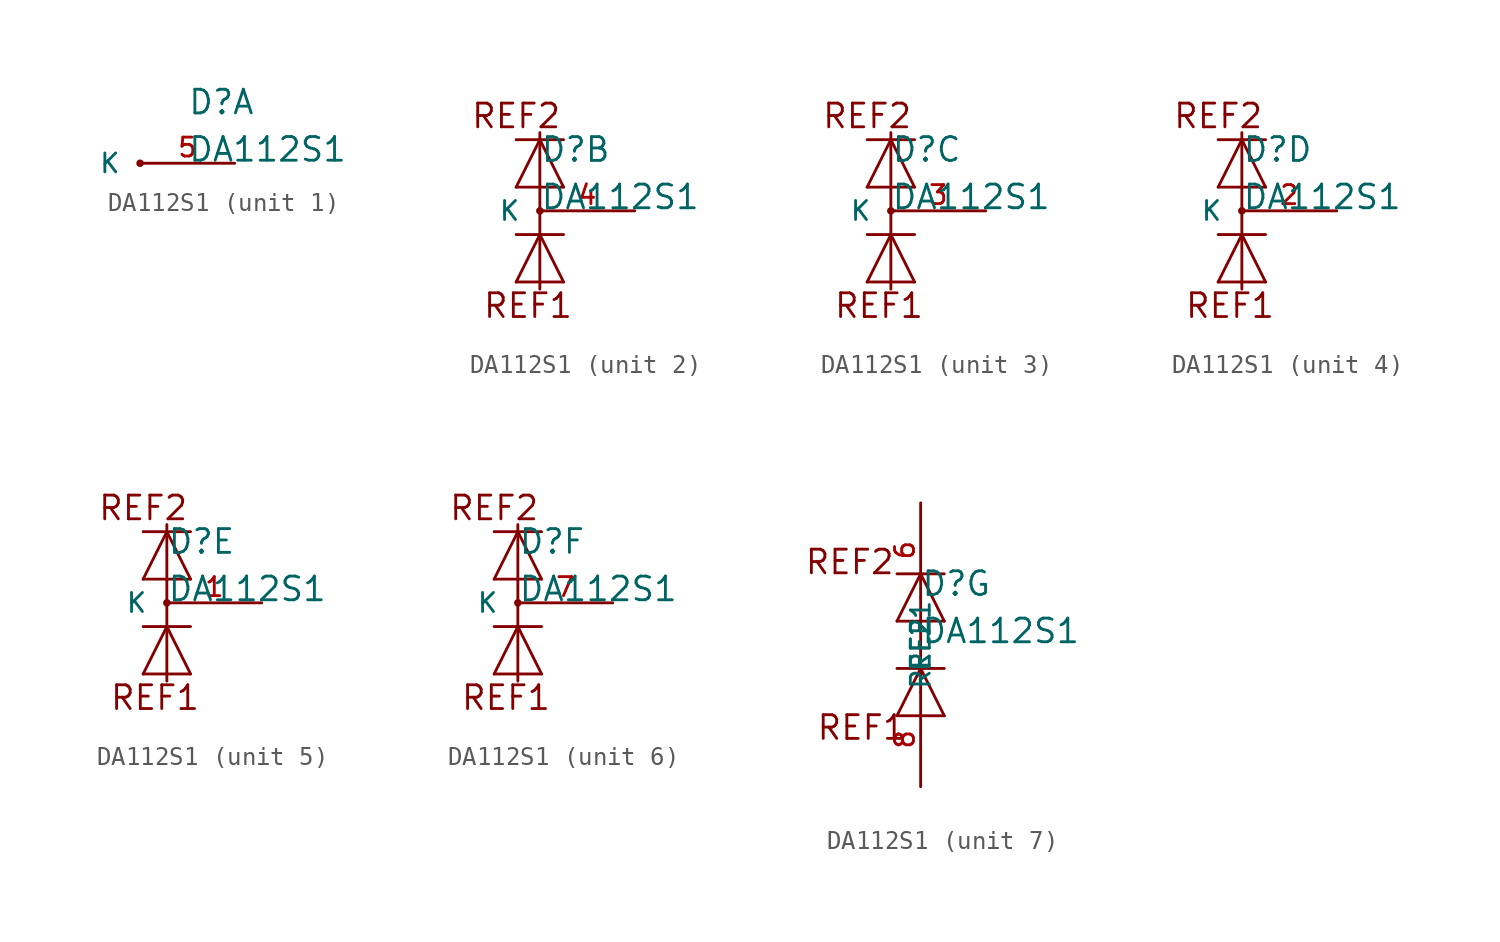
<source format=kicad_sym>
(kicad_symbol_lib
  (version 20211014)
  (generator kicad_symbol_editor)
  (symbol "DA112S1"
    (pin_names
      (offset 1.016))
    (property "Reference" "D"
      (at 0 2.54 0)
      (effects (font (size 1.27 1.27)) (justify left bottom)))
    (property "Value" "DA112S1"
      (at 0 0 0)
      (effects (font (size 1.27 1.27)) (justify left bottom)))
    (property "ki_locked" ""
      (at 0 0 0)
      (effects (font (size 1.27 1.27))))
    (symbol "DA112S1_1_1"
      (circle (center -2.54 0) (radius 0.127) (stroke (width 0) (type default) (color 0 0 0 0)) (fill (type outline)))
      (pin passive line (at 2.54 0 180) (length 5.08) (name "K" (effects (font (size 1.016 1.016)))) (number "5" (effects (font (size 1.016 1.016))))))
    (symbol "DA112S1_2_0"
      (polyline (pts (xy -1.27 -3.81) (xy 1.27 -3.81)) (stroke (width 0) (type default) (color 0 0 0 0)) (fill (type none)))
      (polyline (pts (xy -1.27 -1.27) (xy 0 -1.27)) (stroke (width 0) (type default) (color 0 0 0 0)) (fill (type none)))
      (polyline (pts (xy -1.27 1.27) (xy 1.27 1.27)) (stroke (width 0) (type default) (color 0 0 0 0)) (fill (type none)))
      (polyline (pts (xy -1.27 3.81) (xy 0 3.81)) (stroke (width 0) (type default) (color 0 0 0 0)) (fill (type none)))
      (polyline (pts (xy 0 -4.191) (xy 0 -1.27)) (stroke (width 0) (type default) (color 0 0 0 0)) (fill (type none)))
      (polyline (pts (xy 0 -1.27) (xy -1.27 -3.81)) (stroke (width 0) (type default) (color 0 0 0 0)) (fill (type none)))
      (polyline (pts (xy 0 -1.27) (xy 1.27 -1.27)) (stroke (width 0) (type default) (color 0 0 0 0)) (fill (type none)))
      (polyline (pts (xy 0 3.81) (xy -1.27 1.27)) (stroke (width 0) (type default) (color 0 0 0 0)) (fill (type none)))
      (polyline (pts (xy 0 3.81) (xy 0 -1.27)) (stroke (width 0) (type default) (color 0 0 0 0)) (fill (type none)))
      (polyline (pts (xy 0 3.81) (xy 0 4.191)) (stroke (width 0) (type default) (color 0 0 0 0)) (fill (type none)))
      (polyline (pts (xy 0 3.81) (xy 1.27 3.81)) (stroke (width 0) (type default) (color 0 0 0 0)) (fill (type none)))
      (polyline (pts (xy 1.27 -3.81) (xy 0 -1.27)) (stroke (width 0) (type default) (color 0 0 0 0)) (fill (type none)))
      (polyline (pts (xy 1.27 1.27) (xy 0 3.81)) (stroke (width 0) (type default) (color 0 0 0 0)) (fill (type none)))
      (text "REF1" (at -0.635 -5.08 0) (effects (font (size 1.27 1.27))))
      (text "REF2" (at -1.27 5.08 0) (effects (font (size 1.27 1.27)))))
    (symbol "DA112S1_2_1"
      (circle (center 0 0) (radius 0.127) (stroke (width 0) (type default) (color 0 0 0 0)) (fill (type outline)))
      (pin passive line (at 5.08 0 180) (length 5.08) (name "K" (effects (font (size 1.016 1.016)))) (number "4" (effects (font (size 1.016 1.016))))))
    (symbol "DA112S1_3_0"
      (polyline (pts (xy -1.27 -3.81) (xy 1.27 -3.81)) (stroke (width 0) (type default) (color 0 0 0 0)) (fill (type none)))
      (polyline (pts (xy -1.27 -1.27) (xy 0 -1.27)) (stroke (width 0) (type default) (color 0 0 0 0)) (fill (type none)))
      (polyline (pts (xy -1.27 1.27) (xy 1.27 1.27)) (stroke (width 0) (type default) (color 0 0 0 0)) (fill (type none)))
      (polyline (pts (xy -1.27 3.81) (xy 0 3.81)) (stroke (width 0) (type default) (color 0 0 0 0)) (fill (type none)))
      (polyline (pts (xy 0 -4.191) (xy 0 -1.27)) (stroke (width 0) (type default) (color 0 0 0 0)) (fill (type none)))
      (polyline (pts (xy 0 -1.27) (xy -1.27 -3.81)) (stroke (width 0) (type default) (color 0 0 0 0)) (fill (type none)))
      (polyline (pts (xy 0 -1.27) (xy 1.27 -1.27)) (stroke (width 0) (type default) (color 0 0 0 0)) (fill (type none)))
      (polyline (pts (xy 0 3.81) (xy -1.27 1.27)) (stroke (width 0) (type default) (color 0 0 0 0)) (fill (type none)))
      (polyline (pts (xy 0 3.81) (xy 0 -1.27)) (stroke (width 0) (type default) (color 0 0 0 0)) (fill (type none)))
      (polyline (pts (xy 0 3.81) (xy 0 4.191)) (stroke (width 0) (type default) (color 0 0 0 0)) (fill (type none)))
      (polyline (pts (xy 0 3.81) (xy 1.27 3.81)) (stroke (width 0) (type default) (color 0 0 0 0)) (fill (type none)))
      (polyline (pts (xy 1.27 -3.81) (xy 0 -1.27)) (stroke (width 0) (type default) (color 0 0 0 0)) (fill (type none)))
      (polyline (pts (xy 1.27 1.27) (xy 0 3.81)) (stroke (width 0) (type default) (color 0 0 0 0)) (fill (type none)))
      (text "REF1" (at -0.635 -5.08 0) (effects (font (size 1.27 1.27))))
      (text "REF2" (at -1.27 5.08 0) (effects (font (size 1.27 1.27)))))
    (symbol "DA112S1_3_1"
      (circle (center 0 0) (radius 0.127) (stroke (width 0) (type default) (color 0 0 0 0)) (fill (type outline)))
      (pin passive line (at 5.08 0 180) (length 5.08) (name "K" (effects (font (size 1.016 1.016)))) (number "3" (effects (font (size 1.016 1.016))))))
    (symbol "DA112S1_4_0"
      (polyline (pts (xy -1.27 -3.81) (xy 1.27 -3.81)) (stroke (width 0) (type default) (color 0 0 0 0)) (fill (type none)))
      (polyline (pts (xy -1.27 -1.27) (xy 0 -1.27)) (stroke (width 0) (type default) (color 0 0 0 0)) (fill (type none)))
      (polyline (pts (xy -1.27 1.27) (xy 1.27 1.27)) (stroke (width 0) (type default) (color 0 0 0 0)) (fill (type none)))
      (polyline (pts (xy -1.27 3.81) (xy 0 3.81)) (stroke (width 0) (type default) (color 0 0 0 0)) (fill (type none)))
      (polyline (pts (xy 0 -4.191) (xy 0 -1.27)) (stroke (width 0) (type default) (color 0 0 0 0)) (fill (type none)))
      (polyline (pts (xy 0 -1.27) (xy -1.27 -3.81)) (stroke (width 0) (type default) (color 0 0 0 0)) (fill (type none)))
      (polyline (pts (xy 0 -1.27) (xy 1.27 -1.27)) (stroke (width 0) (type default) (color 0 0 0 0)) (fill (type none)))
      (polyline (pts (xy 0 3.81) (xy -1.27 1.27)) (stroke (width 0) (type default) (color 0 0 0 0)) (fill (type none)))
      (polyline (pts (xy 0 3.81) (xy 0 -1.27)) (stroke (width 0) (type default) (color 0 0 0 0)) (fill (type none)))
      (polyline (pts (xy 0 3.81) (xy 0 4.191)) (stroke (width 0) (type default) (color 0 0 0 0)) (fill (type none)))
      (polyline (pts (xy 0 3.81) (xy 1.27 3.81)) (stroke (width 0) (type default) (color 0 0 0 0)) (fill (type none)))
      (polyline (pts (xy 1.27 -3.81) (xy 0 -1.27)) (stroke (width 0) (type default) (color 0 0 0 0)) (fill (type none)))
      (polyline (pts (xy 1.27 1.27) (xy 0 3.81)) (stroke (width 0) (type default) (color 0 0 0 0)) (fill (type none)))
      (text "REF1" (at -0.635 -5.08 0) (effects (font (size 1.27 1.27))))
      (text "REF2" (at -1.27 5.08 0) (effects (font (size 1.27 1.27)))))
    (symbol "DA112S1_4_1"
      (circle (center 0 0) (radius 0.127) (stroke (width 0) (type default) (color 0 0 0 0)) (fill (type outline)))
      (pin passive line (at 5.08 0 180) (length 5.08) (name "K" (effects (font (size 1.016 1.016)))) (number "2" (effects (font (size 1.016 1.016))))))
    (symbol "DA112S1_5_0"
      (polyline (pts (xy -1.27 -3.81) (xy 1.27 -3.81)) (stroke (width 0) (type default) (color 0 0 0 0)) (fill (type none)))
      (polyline (pts (xy -1.27 -1.27) (xy 0 -1.27)) (stroke (width 0) (type default) (color 0 0 0 0)) (fill (type none)))
      (polyline (pts (xy -1.27 1.27) (xy 1.27 1.27)) (stroke (width 0) (type default) (color 0 0 0 0)) (fill (type none)))
      (polyline (pts (xy -1.27 3.81) (xy 0 3.81)) (stroke (width 0) (type default) (color 0 0 0 0)) (fill (type none)))
      (polyline (pts (xy 0 -4.191) (xy 0 -1.27)) (stroke (width 0) (type default) (color 0 0 0 0)) (fill (type none)))
      (polyline (pts (xy 0 -1.27) (xy -1.27 -3.81)) (stroke (width 0) (type default) (color 0 0 0 0)) (fill (type none)))
      (polyline (pts (xy 0 -1.27) (xy 1.27 -1.27)) (stroke (width 0) (type default) (color 0 0 0 0)) (fill (type none)))
      (polyline (pts (xy 0 3.81) (xy -1.27 1.27)) (stroke (width 0) (type default) (color 0 0 0 0)) (fill (type none)))
      (polyline (pts (xy 0 3.81) (xy 0 -1.27)) (stroke (width 0) (type default) (color 0 0 0 0)) (fill (type none)))
      (polyline (pts (xy 0 3.81) (xy 0 4.191)) (stroke (width 0) (type default) (color 0 0 0 0)) (fill (type none)))
      (polyline (pts (xy 0 3.81) (xy 1.27 3.81)) (stroke (width 0) (type default) (color 0 0 0 0)) (fill (type none)))
      (polyline (pts (xy 1.27 -3.81) (xy 0 -1.27)) (stroke (width 0) (type default) (color 0 0 0 0)) (fill (type none)))
      (polyline (pts (xy 1.27 1.27) (xy 0 3.81)) (stroke (width 0) (type default) (color 0 0 0 0)) (fill (type none)))
      (text "REF1" (at -0.635 -5.08 0) (effects (font (size 1.27 1.27))))
      (text "REF2" (at -1.27 5.08 0) (effects (font (size 1.27 1.27)))))
    (symbol "DA112S1_5_1"
      (circle (center 0 0) (radius 0.127) (stroke (width 0) (type default) (color 0 0 0 0)) (fill (type outline)))
      (pin passive line (at 5.08 0 180) (length 5.08) (name "K" (effects (font (size 1.016 1.016)))) (number "1" (effects (font (size 1.016 1.016))))))
    (symbol "DA112S1_6_0"
      (polyline (pts (xy -1.27 -3.81) (xy 1.27 -3.81)) (stroke (width 0) (type default) (color 0 0 0 0)) (fill (type none)))
      (polyline (pts (xy -1.27 -1.27) (xy 0 -1.27)) (stroke (width 0) (type default) (color 0 0 0 0)) (fill (type none)))
      (polyline (pts (xy -1.27 1.27) (xy 1.27 1.27)) (stroke (width 0) (type default) (color 0 0 0 0)) (fill (type none)))
      (polyline (pts (xy -1.27 3.81) (xy 0 3.81)) (stroke (width 0) (type default) (color 0 0 0 0)) (fill (type none)))
      (polyline (pts (xy 0 -4.191) (xy 0 -1.27)) (stroke (width 0) (type default) (color 0 0 0 0)) (fill (type none)))
      (polyline (pts (xy 0 -1.27) (xy -1.27 -3.81)) (stroke (width 0) (type default) (color 0 0 0 0)) (fill (type none)))
      (polyline (pts (xy 0 -1.27) (xy 1.27 -1.27)) (stroke (width 0) (type default) (color 0 0 0 0)) (fill (type none)))
      (polyline (pts (xy 0 3.81) (xy -1.27 1.27)) (stroke (width 0) (type default) (color 0 0 0 0)) (fill (type none)))
      (polyline (pts (xy 0 3.81) (xy 0 -1.27)) (stroke (width 0) (type default) (color 0 0 0 0)) (fill (type none)))
      (polyline (pts (xy 0 3.81) (xy 0 4.191)) (stroke (width 0) (type default) (color 0 0 0 0)) (fill (type none)))
      (polyline (pts (xy 0 3.81) (xy 1.27 3.81)) (stroke (width 0) (type default) (color 0 0 0 0)) (fill (type none)))
      (polyline (pts (xy 1.27 -3.81) (xy 0 -1.27)) (stroke (width 0) (type default) (color 0 0 0 0)) (fill (type none)))
      (polyline (pts (xy 1.27 1.27) (xy 0 3.81)) (stroke (width 0) (type default) (color 0 0 0 0)) (fill (type none)))
      (text "REF1" (at -0.635 -5.08 0) (effects (font (size 1.27 1.27))))
      (text "REF2" (at -1.27 5.08 0) (effects (font (size 1.27 1.27)))))
    (symbol "DA112S1_6_1"
      (circle (center 0 0) (radius 0.127) (stroke (width 0) (type default) (color 0 0 0 0)) (fill (type outline)))
      (pin passive line (at 5.08 0 180) (length 5.08) (name "K" (effects (font (size 1.016 1.016)))) (number "7" (effects (font (size 1.016 1.016))))))
    (symbol "DA112S1_7_0"
      (polyline (pts (xy -1.27 -3.81) (xy 1.27 -3.81)) (stroke (width 0) (type default) (color 0 0 0 0)) (fill (type none)))
      (polyline (pts (xy -1.27 -1.27) (xy 0 -1.27)) (stroke (width 0) (type default) (color 0 0 0 0)) (fill (type none)))
      (polyline (pts (xy -1.27 1.27) (xy 1.27 1.27)) (stroke (width 0) (type default) (color 0 0 0 0)) (fill (type none)))
      (polyline (pts (xy -1.27 3.81) (xy 0 3.81)) (stroke (width 0) (type default) (color 0 0 0 0)) (fill (type none)))
      (polyline (pts (xy 0 -1.27) (xy -1.27 -3.81)) (stroke (width 0) (type default) (color 0 0 0 0)) (fill (type none)))
      (polyline (pts (xy 0 -1.27) (xy 0 -2.54)) (stroke (width 0) (type default) (color 0 0 0 0)) (fill (type none)))
      (polyline (pts (xy 0 -1.27) (xy 1.27 -1.27)) (stroke (width 0) (type default) (color 0 0 0 0)) (fill (type none)))
      (polyline (pts (xy 0 2.54) (xy 0 -1.27)) (stroke (width 0) (type default) (color 0 0 0 0)) (fill (type none)))
      (polyline (pts (xy 0 3.81) (xy -1.27 1.27)) (stroke (width 0) (type default) (color 0 0 0 0)) (fill (type none)))
      (polyline (pts (xy 0 3.81) (xy 1.27 3.81)) (stroke (width 0) (type default) (color 0 0 0 0)) (fill (type none)))
      (polyline (pts (xy 1.27 -3.81) (xy 0 -1.27)) (stroke (width 0) (type default) (color 0 0 0 0)) (fill (type none)))
      (polyline (pts (xy 1.27 1.27) (xy 0 3.81)) (stroke (width 0) (type default) (color 0 0 0 0)) (fill (type none)))
      (text "REF1" (at -3.175 -4.445 0) (effects (font (size 1.27 1.27))))
      (text "REF2" (at -3.81 4.445 0) (effects (font (size 1.27 1.27)))))
    (symbol "DA112S1_7_1"
      (pin passive line (at 0 7.62 270) (length 5.08) (name "REF2" (effects (font (size 1.016 1.016)))) (number "6" (effects (font (size 1.016 1.016)))))
      (pin passive line (at 0 -7.62 90) (length 5.08) (name "REF1" (effects (font (size 1.016 1.016)))) (number "8" (effects (font (size 1.016 1.016))))))))
</source>
